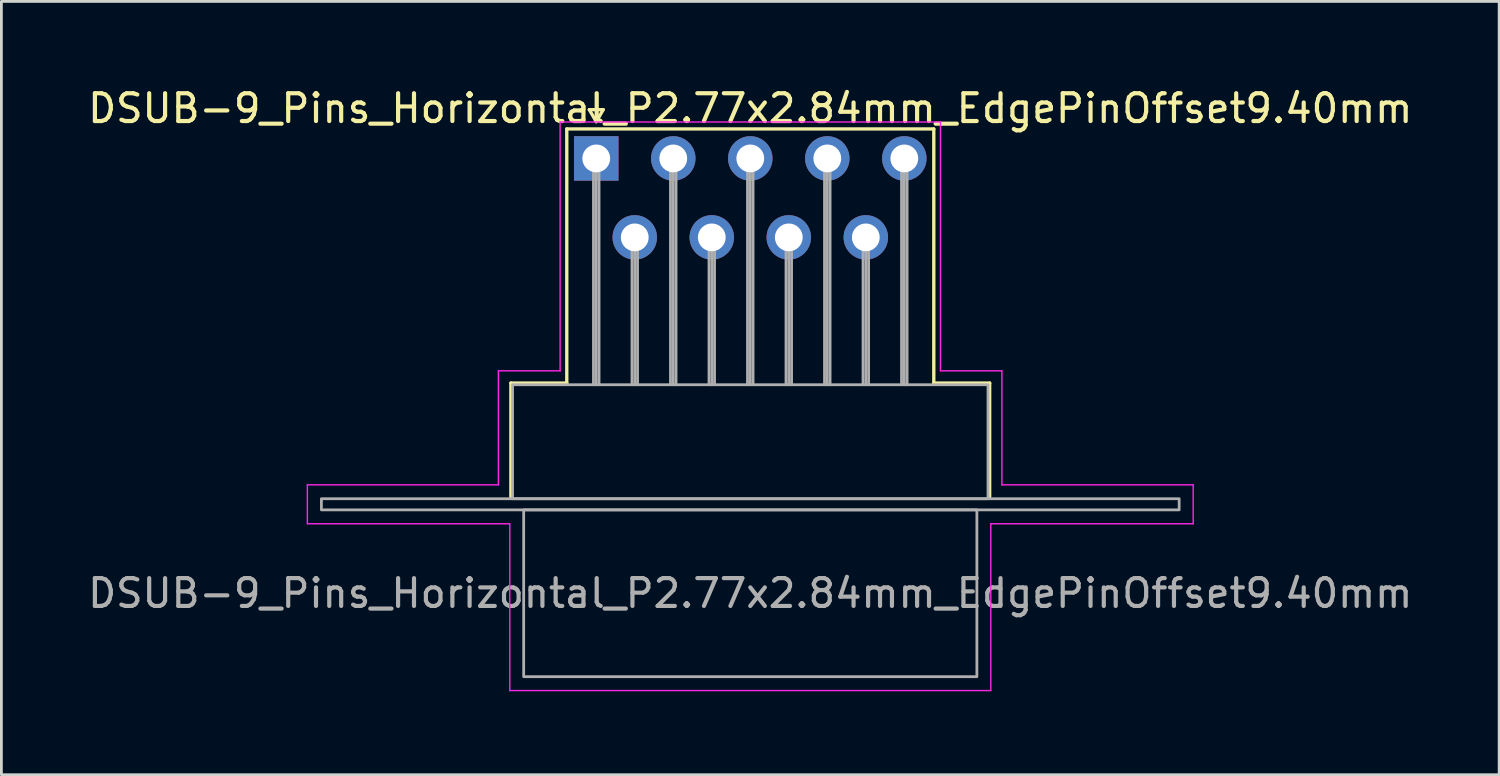
<source format=kicad_pcb>
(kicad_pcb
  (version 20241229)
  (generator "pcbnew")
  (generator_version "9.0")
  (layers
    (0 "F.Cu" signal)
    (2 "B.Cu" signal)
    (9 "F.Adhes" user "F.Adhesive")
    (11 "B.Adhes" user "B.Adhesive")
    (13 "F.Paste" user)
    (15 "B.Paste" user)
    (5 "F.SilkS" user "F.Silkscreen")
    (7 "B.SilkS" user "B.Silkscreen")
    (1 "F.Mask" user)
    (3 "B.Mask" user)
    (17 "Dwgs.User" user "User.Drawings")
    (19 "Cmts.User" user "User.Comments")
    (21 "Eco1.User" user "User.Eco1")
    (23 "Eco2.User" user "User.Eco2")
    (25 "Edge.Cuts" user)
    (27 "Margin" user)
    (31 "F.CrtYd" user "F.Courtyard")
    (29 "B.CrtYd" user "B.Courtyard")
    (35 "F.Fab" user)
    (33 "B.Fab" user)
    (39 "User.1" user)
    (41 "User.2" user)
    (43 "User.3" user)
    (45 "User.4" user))
  (footprint "DSUB-9_Pins_Horizontal_P2.77x2.84mm_EdgePinOffset9.40mm"
    (layer "F.Cu")
    (at 18.395 2.648)
    (property "Reference" "DSUB-9_Pins_Horizontal_P2.77x2.84mm_EdgePinOffset9.40mm" (at 5.54 -1.8 0) (layer "F.SilkS") (effects (font (size 1 1) (thickness 0.15))))
    (attr through_hole)
    (fp_line (start -3.07 8.08) (end -1.06 8.08) (stroke (width 0.12) (type solid)) (layer "F.SilkS"))
    (fp_line (start -3.07 12.18) (end -3.07 8.08) (stroke (width 0.12) (type solid)) (layer "F.SilkS"))
    (fp_line (start -1.06 -1.06) (end 12.14 -1.06) (stroke (width 0.12) (type solid)) (layer "F.SilkS"))
    (fp_line (start -1.06 8.08) (end -1.06 -1.06) (stroke (width 0.12) (type solid)) (layer "F.SilkS"))
    (fp_line (start -0.25 -1.754) (end 0.25 -1.754) (stroke (width 0.12) (type solid)) (layer "F.SilkS"))
    (fp_line (start 0 -1.321) (end -0.25 -1.754) (stroke (width 0.12) (type solid)) (layer "F.SilkS"))
    (fp_line (start 0.25 -1.754) (end 0 -1.321) (stroke (width 0.12) (type solid)) (layer "F.SilkS"))
    (fp_line (start 12.14 -1.06) (end 12.14 8.08) (stroke (width 0.12) (type solid)) (layer "F.SilkS"))
    (fp_line (start 12.14 8.08) (end 14.15 8.08) (stroke (width 0.12) (type solid)) (layer "F.SilkS"))
    (fp_line (start 14.15 8.08) (end 14.15 12.18) (stroke (width 0.12) (type solid)) (layer "F.SilkS"))
    (fp_line (start -10.39 11.74) (end -3.52 11.74) (stroke (width 0.05) (type solid)) (layer "F.CrtYd"))
    (fp_line (start -10.39 13.14) (end -10.39 11.74) (stroke (width 0.05) (type solid)) (layer "F.CrtYd"))
    (fp_line (start -3.52 7.64) (end -1.3 7.64) (stroke (width 0.05) (type solid)) (layer "F.CrtYd"))
    (fp_line (start -3.52 11.74) (end -3.52 7.64) (stroke (width 0.05) (type solid)) (layer "F.CrtYd"))
    (fp_line (start -3.11 13.14) (end -10.39 13.14) (stroke (width 0.05) (type solid)) (layer "F.CrtYd"))
    (fp_line (start -3.11 19.14) (end -3.11 13.14) (stroke (width 0.05) (type solid)) (layer "F.CrtYd"))
    (fp_line (start -1.3 -1.31) (end 12.38 -1.31) (stroke (width 0.05) (type solid)) (layer "F.CrtYd"))
    (fp_line (start -1.3 7.64) (end -1.3 -1.31) (stroke (width 0.05) (type solid)) (layer "F.CrtYd"))
    (fp_line (start 12.38 -1.31) (end 12.38 7.64) (stroke (width 0.05) (type solid)) (layer "F.CrtYd"))
    (fp_line (start 12.38 7.64) (end 14.59 7.64) (stroke (width 0.05) (type solid)) (layer "F.CrtYd"))
    (fp_line (start 14.19 13.14) (end 14.19 19.14) (stroke (width 0.05) (type solid)) (layer "F.CrtYd"))
    (fp_line (start 14.19 19.14) (end -3.11 19.14) (stroke (width 0.05) (type solid)) (layer "F.CrtYd"))
    (fp_line (start 14.59 7.64) (end 14.59 11.74) (stroke (width 0.05) (type solid)) (layer "F.CrtYd"))
    (fp_line (start 14.59 11.74) (end 21.47 11.74) (stroke (width 0.05) (type solid)) (layer "F.CrtYd"))
    (fp_line (start 21.47 11.74) (end 21.47 13.14) (stroke (width 0.05) (type solid)) (layer "F.CrtYd"))
    (fp_line (start 21.47 13.14) (end 14.19 13.14) (stroke (width 0.05) (type solid)) (layer "F.CrtYd"))
    (fp_line (start -0.1 0) (end -0.1 8.14) (stroke (width 0.1) (type solid)) (layer "F.Fab"))
    (fp_line (start 0 0) (end 0 8.14) (stroke (width 0.1) (type solid)) (layer "F.Fab"))
    (fp_line (start 0.1 0) (end 0.1 8.14) (stroke (width 0.1) (type solid)) (layer "F.Fab"))
    (fp_line (start 1.285 2.84) (end 1.285 8.14) (stroke (width 0.1) (type solid)) (layer "F.Fab"))
    (fp_line (start 1.385 2.84) (end 1.385 8.14) (stroke (width 0.1) (type solid)) (layer "F.Fab"))
    (fp_line (start 1.485 2.84) (end 1.485 8.14) (stroke (width 0.1) (type solid)) (layer "F.Fab"))
    (fp_line (start 2.67 0) (end 2.67 8.14) (stroke (width 0.1) (type solid)) (layer "F.Fab"))
    (fp_line (start 2.77 0) (end 2.77 8.14) (stroke (width 0.1) (type solid)) (layer "F.Fab"))
    (fp_line (start 2.87 0) (end 2.87 8.14) (stroke (width 0.1) (type solid)) (layer "F.Fab"))
    (fp_line (start 4.055 2.84) (end 4.055 8.14) (stroke (width 0.1) (type solid)) (layer "F.Fab"))
    (fp_line (start 4.155 2.84) (end 4.155 8.14) (stroke (width 0.1) (type solid)) (layer "F.Fab"))
    (fp_line (start 4.255 2.84) (end 4.255 8.14) (stroke (width 0.1) (type solid)) (layer "F.Fab"))
    (fp_line (start 5.44 0) (end 5.44 8.14) (stroke (width 0.1) (type solid)) (layer "F.Fab"))
    (fp_line (start 5.54 0) (end 5.54 8.14) (stroke (width 0.1) (type solid)) (layer "F.Fab"))
    (fp_line (start 5.64 0) (end 5.64 8.14) (stroke (width 0.1) (type solid)) (layer "F.Fab"))
    (fp_line (start 6.825 2.84) (end 6.825 8.14) (stroke (width 0.1) (type solid)) (layer "F.Fab"))
    (fp_line (start 6.925 2.84) (end 6.925 8.14) (stroke (width 0.1) (type solid)) (layer "F.Fab"))
    (fp_line (start 7.025 2.84) (end 7.025 8.14) (stroke (width 0.1) (type solid)) (layer "F.Fab"))
    (fp_line (start 8.21 0) (end 8.21 8.14) (stroke (width 0.1) (type solid)) (layer "F.Fab"))
    (fp_line (start 8.31 0) (end 8.31 8.14) (stroke (width 0.1) (type solid)) (layer "F.Fab"))
    (fp_line (start 8.41 0) (end 8.41 8.14) (stroke (width 0.1) (type solid)) (layer "F.Fab"))
    (fp_line (start 9.595 2.84) (end 9.595 8.14) (stroke (width 0.1) (type solid)) (layer "F.Fab"))
    (fp_line (start 9.695 2.84) (end 9.695 8.14) (stroke (width 0.1) (type solid)) (layer "F.Fab"))
    (fp_line (start 9.795 2.84) (end 9.795 8.14) (stroke (width 0.1) (type solid)) (layer "F.Fab"))
    (fp_line (start 10.98 0) (end 10.98 8.14) (stroke (width 0.1) (type solid)) (layer "F.Fab"))
    (fp_line (start 11.08 0) (end 11.08 8.14) (stroke (width 0.1) (type solid)) (layer "F.Fab"))
    (fp_line (start 11.18 0) (end 11.18 8.14) (stroke (width 0.1) (type solid)) (layer "F.Fab"))
    (fp_rect (start -9.885 12.24) (end 20.965 12.64) (stroke (width 0.1) (type solid)) (fill no) (layer "F.Fab"))
    (fp_rect (start -3.01 8.14) (end 14.09 12.24) (stroke (width 0.1) (type solid)) (fill no) (layer "F.Fab"))
    (fp_rect (start -2.61 12.64) (end 13.69 18.64) (stroke (width 0.1) (type solid)) (fill no) (layer "F.Fab"))
    (fp_text user "${REFERENCE}" (at 5.54 15.64 0) (layer "F.Fab") (effects (font (size 1 1) (thickness 0.15))))
    (pad "1" thru_hole rect (at 0 0) (size 1.6 1.6) (drill 1) (layers "*.Cu" "*.Mask"))
    (pad "2" thru_hole circle (at 2.77 0) (size 1.6 1.6) (drill 1) (layers "*.Cu" "*.Mask"))
    (pad "3" thru_hole circle (at 5.54 0) (size 1.6 1.6) (drill 1) (layers "*.Cu" "*.Mask"))
    (pad "4" thru_hole circle (at 8.31 0) (size 1.6 1.6) (drill 1) (layers "*.Cu" "*.Mask"))
    (pad "5" thru_hole circle (at 11.08 0) (size 1.6 1.6) (drill 1) (layers "*.Cu" "*.Mask"))
    (pad "6" thru_hole circle (at 1.385 2.84) (size 1.6 1.6) (drill 1) (layers "*.Cu" "*.Mask"))
    (pad "7" thru_hole circle (at 4.155 2.84) (size 1.6 1.6) (drill 1) (layers "*.Cu" "*.Mask"))
    (pad "8" thru_hole circle (at 6.925 2.84) (size 1.6 1.6) (drill 1) (layers "*.Cu" "*.Mask"))
    (pad "9" thru_hole circle (at 9.695 2.84) (size 1.6 1.6) (drill 1) (layers "*.Cu" "*.Mask")))
  (gr_rect
    (start -3 -3)
    (end 50.869 24.813)
    (stroke (width 0.1) (type default))
    (fill no)
    (layer "Edge.Cuts")))
</source>
